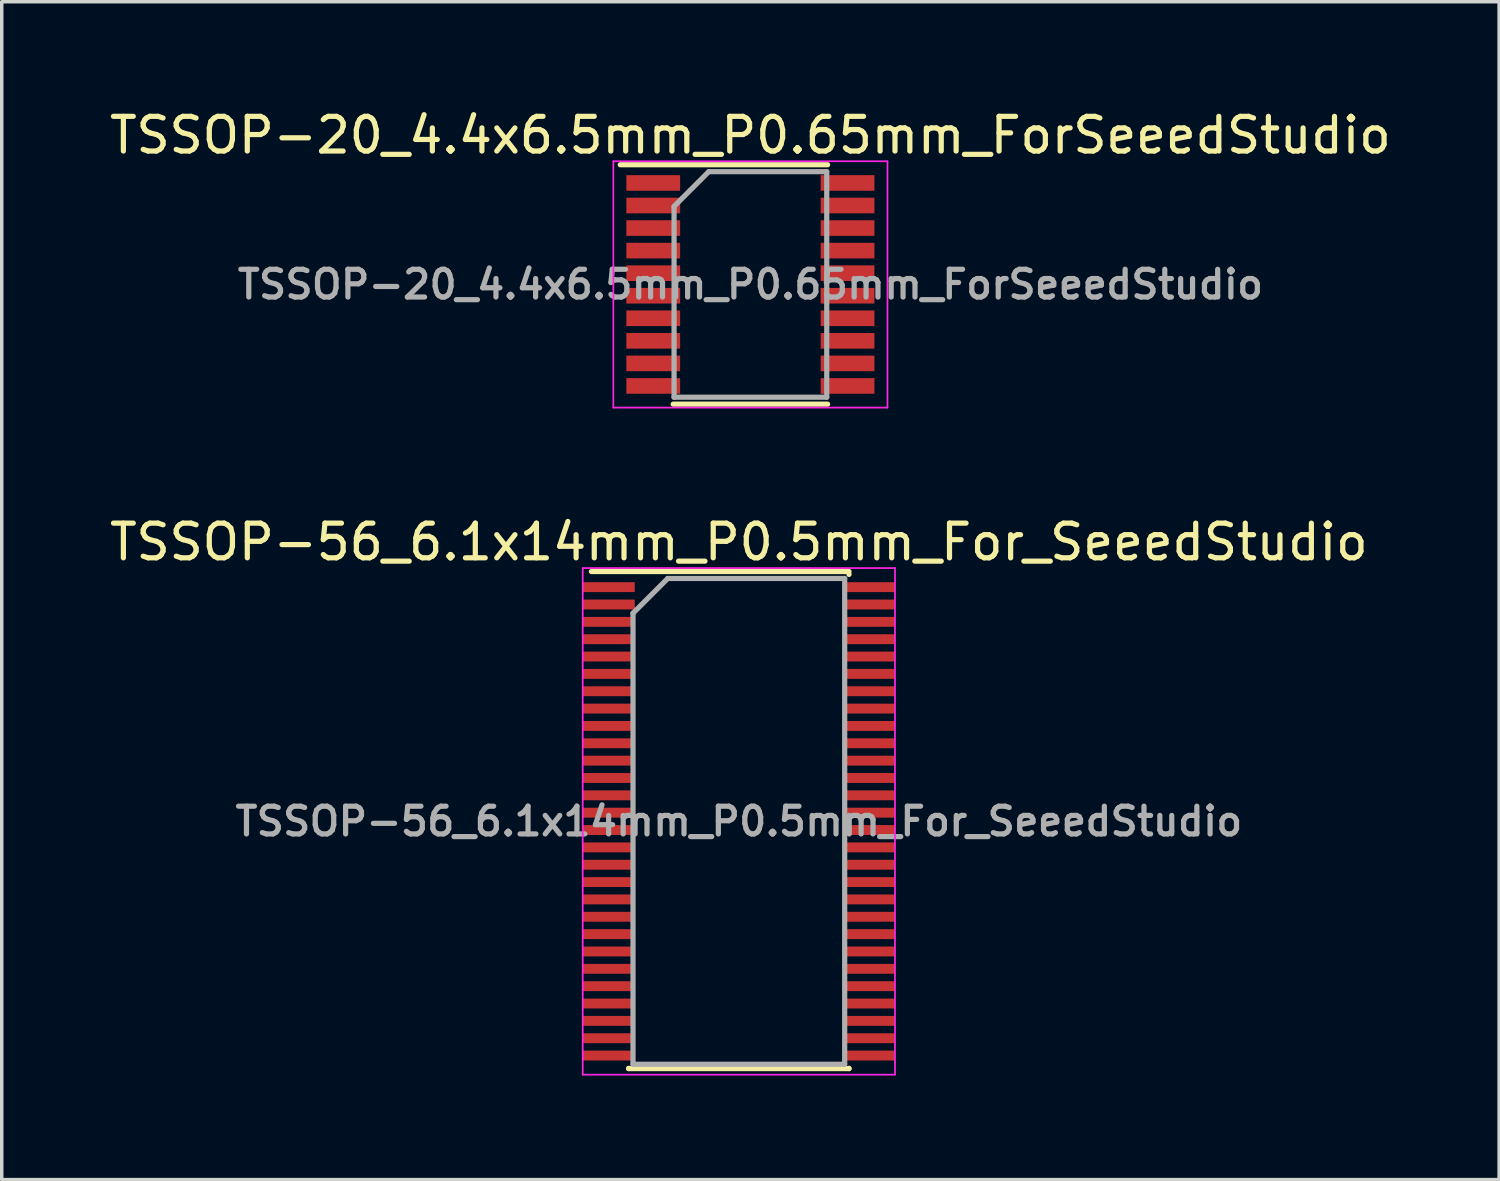
<source format=kicad_pcb>
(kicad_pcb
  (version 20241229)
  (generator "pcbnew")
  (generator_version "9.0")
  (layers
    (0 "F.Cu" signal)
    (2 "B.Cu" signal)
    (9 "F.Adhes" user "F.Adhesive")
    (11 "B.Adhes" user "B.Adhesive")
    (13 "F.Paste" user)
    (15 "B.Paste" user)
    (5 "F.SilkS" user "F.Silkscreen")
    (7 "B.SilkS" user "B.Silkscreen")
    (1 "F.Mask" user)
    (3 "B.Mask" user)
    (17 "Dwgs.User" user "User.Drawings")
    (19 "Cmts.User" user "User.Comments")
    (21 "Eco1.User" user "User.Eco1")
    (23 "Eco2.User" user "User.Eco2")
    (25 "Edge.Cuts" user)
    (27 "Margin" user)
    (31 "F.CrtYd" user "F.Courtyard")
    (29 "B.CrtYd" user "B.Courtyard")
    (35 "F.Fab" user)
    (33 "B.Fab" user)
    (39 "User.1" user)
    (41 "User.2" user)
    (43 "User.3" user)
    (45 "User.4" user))
  (footprint "TSSOP-56_6.1x14mm_P0.5mm_For_SeeedStudio"
    (layer "F.Cu")
    (at 18.244 20.622)
    (property "Reference" "TSSOP-56_6.1x14mm_P0.5mm_For_SeeedStudio" (at 0 -8.05 0) (layer "F.SilkS") (effects (font (size 1 1) (thickness 0.15))))
    (attr smd)
    (fp_line (start -4.25 -7.2) (end 3.175 -7.2) (stroke (width 0.15) (type solid)) (layer "F.SilkS"))
    (fp_line (start -3.175 7.125) (end -3.175 7.117) (stroke (width 0.15) (type solid)) (layer "F.SilkS"))
    (fp_line (start -3.175 7.125) (end 3.175 7.125) (stroke (width 0.15) (type solid)) (layer "F.SilkS"))
    (fp_line (start 3.175 -7.125) (end 3.175 -7.117) (stroke (width 0.15) (type solid)) (layer "F.SilkS"))
    (fp_line (start 3.175 7.125) (end 3.175 7.117) (stroke (width 0.15) (type solid)) (layer "F.SilkS"))
    (fp_line (start -4.5 -7.3) (end -4.5 7.3) (stroke (width 0.05) (type solid)) (layer "F.CrtYd"))
    (fp_line (start -4.5 -7.3) (end 4.5 -7.3) (stroke (width 0.05) (type solid)) (layer "F.CrtYd"))
    (fp_line (start -4.5 7.3) (end 4.5 7.3) (stroke (width 0.05) (type solid)) (layer "F.CrtYd"))
    (fp_line (start 4.5 -7.3) (end 4.5 7.3) (stroke (width 0.05) (type solid)) (layer "F.CrtYd"))
    (fp_line (start -3.05 -6) (end -2.05 -7) (stroke (width 0.15) (type solid)) (layer "F.Fab"))
    (fp_line (start -3.05 7) (end -3.05 -6) (stroke (width 0.15) (type solid)) (layer "F.Fab"))
    (fp_line (start -2.05 -7) (end 3.05 -7) (stroke (width 0.15) (type solid)) (layer "F.Fab"))
    (fp_line (start 3.05 -7) (end 3.05 7) (stroke (width 0.15) (type solid)) (layer "F.Fab"))
    (fp_line (start 3.05 7) (end -3.05 7) (stroke (width 0.15) (type solid)) (layer "F.Fab"))
    (fp_text user "${REFERENCE}" (at 0 0 0) (layer "F.Fab") (effects (font (size 0.8 0.8) (thickness 0.15))))
    (pad "1" smd rect (at -3.75 -6.75) (size 1.5 0.285) (layers "F.Cu" "F.Mask" "F.Paste"))
    (pad "2" smd rect (at -3.75 -6.25) (size 1.5 0.285) (layers "F.Cu" "F.Mask" "F.Paste"))
    (pad "3" smd rect (at -3.75 -5.75) (size 1.5 0.285) (layers "F.Cu" "F.Mask" "F.Paste"))
    (pad "4" smd rect (at -3.75 -5.25) (size 1.5 0.285) (layers "F.Cu" "F.Mask" "F.Paste"))
    (pad "5" smd rect (at -3.75 -4.75) (size 1.5 0.285) (layers "F.Cu" "F.Mask" "F.Paste"))
    (pad "6" smd rect (at -3.75 -4.25) (size 1.5 0.285) (layers "F.Cu" "F.Mask" "F.Paste"))
    (pad "7" smd rect (at -3.75 -3.75) (size 1.5 0.285) (layers "F.Cu" "F.Mask" "F.Paste"))
    (pad "8" smd rect (at -3.75 -3.25) (size 1.5 0.285) (layers "F.Cu" "F.Mask" "F.Paste"))
    (pad "9" smd rect (at -3.75 -2.75) (size 1.5 0.285) (layers "F.Cu" "F.Mask" "F.Paste"))
    (pad "10" smd rect (at -3.75 -2.25) (size 1.5 0.285) (layers "F.Cu" "F.Mask" "F.Paste"))
    (pad "11" smd rect (at -3.75 -1.75) (size 1.5 0.285) (layers "F.Cu" "F.Mask" "F.Paste"))
    (pad "12" smd rect (at -3.75 -1.25) (size 1.5 0.285) (layers "F.Cu" "F.Mask" "F.Paste"))
    (pad "13" smd rect (at -3.75 -0.75) (size 1.5 0.285) (layers "F.Cu" "F.Mask" "F.Paste"))
    (pad "14" smd rect (at -3.75 -0.25) (size 1.5 0.285) (layers "F.Cu" "F.Mask" "F.Paste"))
    (pad "15" smd rect (at -3.75 0.25) (size 1.5 0.285) (layers "F.Cu" "F.Mask" "F.Paste"))
    (pad "16" smd rect (at -3.75 0.75) (size 1.5 0.285) (layers "F.Cu" "F.Mask" "F.Paste"))
    (pad "17" smd rect (at -3.75 1.25) (size 1.5 0.285) (layers "F.Cu" "F.Mask" "F.Paste"))
    (pad "18" smd rect (at -3.75 1.75) (size 1.5 0.285) (layers "F.Cu" "F.Mask" "F.Paste"))
    (pad "19" smd rect (at -3.75 2.25) (size 1.5 0.285) (layers "F.Cu" "F.Mask" "F.Paste"))
    (pad "20" smd rect (at -3.75 2.75) (size 1.5 0.285) (layers "F.Cu" "F.Mask" "F.Paste"))
    (pad "21" smd rect (at -3.75 3.25) (size 1.5 0.285) (layers "F.Cu" "F.Mask" "F.Paste"))
    (pad "22" smd rect (at -3.75 3.75) (size 1.5 0.285) (layers "F.Cu" "F.Mask" "F.Paste"))
    (pad "23" smd rect (at -3.75 4.25) (size 1.5 0.285) (layers "F.Cu" "F.Mask" "F.Paste"))
    (pad "24" smd rect (at -3.75 4.75) (size 1.5 0.285) (layers "F.Cu" "F.Mask" "F.Paste"))
    (pad "25" smd rect (at -3.75 5.25) (size 1.5 0.285) (layers "F.Cu" "F.Mask" "F.Paste"))
    (pad "26" smd rect (at -3.75 5.75) (size 1.5 0.285) (layers "F.Cu" "F.Mask" "F.Paste"))
    (pad "27" smd rect (at -3.75 6.25) (size 1.5 0.285) (layers "F.Cu" "F.Mask" "F.Paste"))
    (pad "28" smd rect (at -3.75 6.75) (size 1.5 0.285) (layers "F.Cu" "F.Mask" "F.Paste"))
    (pad "29" smd rect (at 3.75 6.75) (size 1.5 0.285) (layers "F.Cu" "F.Mask" "F.Paste"))
    (pad "30" smd rect (at 3.75 6.25) (size 1.5 0.285) (layers "F.Cu" "F.Mask" "F.Paste"))
    (pad "31" smd rect (at 3.75 5.75) (size 1.5 0.285) (layers "F.Cu" "F.Mask" "F.Paste"))
    (pad "32" smd rect (at 3.75 5.25) (size 1.5 0.285) (layers "F.Cu" "F.Mask" "F.Paste"))
    (pad "33" smd rect (at 3.75 4.75) (size 1.5 0.285) (layers "F.Cu" "F.Mask" "F.Paste"))
    (pad "34" smd rect (at 3.75 4.25) (size 1.5 0.285) (layers "F.Cu" "F.Mask" "F.Paste"))
    (pad "35" smd rect (at 3.75 3.75) (size 1.5 0.285) (layers "F.Cu" "F.Mask" "F.Paste"))
    (pad "36" smd rect (at 3.75 3.25) (size 1.5 0.285) (layers "F.Cu" "F.Mask" "F.Paste"))
    (pad "37" smd rect (at 3.75 2.75) (size 1.5 0.285) (layers "F.Cu" "F.Mask" "F.Paste"))
    (pad "38" smd rect (at 3.75 2.25) (size 1.5 0.285) (layers "F.Cu" "F.Mask" "F.Paste"))
    (pad "39" smd rect (at 3.75 1.75) (size 1.5 0.285) (layers "F.Cu" "F.Mask" "F.Paste"))
    (pad "40" smd rect (at 3.75 1.25) (size 1.5 0.285) (layers "F.Cu" "F.Mask" "F.Paste"))
    (pad "41" smd rect (at 3.75 0.75) (size 1.5 0.285) (layers "F.Cu" "F.Mask" "F.Paste"))
    (pad "42" smd rect (at 3.75 0.25) (size 1.5 0.285) (layers "F.Cu" "F.Mask" "F.Paste"))
    (pad "43" smd rect (at 3.75 -0.25) (size 1.5 0.285) (layers "F.Cu" "F.Mask" "F.Paste"))
    (pad "44" smd rect (at 3.75 -0.75) (size 1.5 0.285) (layers "F.Cu" "F.Mask" "F.Paste"))
    (pad "45" smd rect (at 3.75 -1.25) (size 1.5 0.285) (layers "F.Cu" "F.Mask" "F.Paste"))
    (pad "46" smd rect (at 3.75 -1.75) (size 1.5 0.285) (layers "F.Cu" "F.Mask" "F.Paste"))
    (pad "47" smd rect (at 3.75 -2.25) (size 1.5 0.285) (layers "F.Cu" "F.Mask" "F.Paste"))
    (pad "48" smd rect (at 3.75 -2.75) (size 1.5 0.285) (layers "F.Cu" "F.Mask" "F.Paste"))
    (pad "49" smd rect (at 3.75 -3.25) (size 1.5 0.285) (layers "F.Cu" "F.Mask" "F.Paste"))
    (pad "50" smd rect (at 3.75 -3.75) (size 1.5 0.285) (layers "F.Cu" "F.Mask" "F.Paste"))
    (pad "51" smd rect (at 3.75 -4.25) (size 1.5 0.285) (layers "F.Cu" "F.Mask" "F.Paste"))
    (pad "52" smd rect (at 3.75 -4.75) (size 1.5 0.285) (layers "F.Cu" "F.Mask" "F.Paste"))
    (pad "53" smd rect (at 3.75 -5.25) (size 1.5 0.285) (layers "F.Cu" "F.Mask" "F.Paste"))
    (pad "54" smd rect (at 3.75 -5.75) (size 1.5 0.285) (layers "F.Cu" "F.Mask" "F.Paste"))
    (pad "55" smd rect (at 3.75 -6.25) (size 1.5 0.285) (layers "F.Cu" "F.Mask" "F.Paste"))
    (pad "56" smd rect (at 3.75 -6.75) (size 1.5 0.285) (layers "F.Cu" "F.Mask" "F.Paste")))
  (footprint "TSSOP-20_4.4x6.5mm_P0.65mm_ForSeeedStudio"
    (layer "F.Cu")
    (at 18.577 5.148)
    (property "Reference" "TSSOP-20_4.4x6.5mm_P0.65mm_ForSeeedStudio" (at 0 -4.3 0) (layer "F.SilkS") (effects (font (size 1 1) (thickness 0.15))))
    (attr smd)
    (fp_line (start -3.75 -3.45) (end 2.225 -3.45) (stroke (width 0.15) (type solid)) (layer "F.SilkS"))
    (fp_line (start -2.225 3.45) (end 2.225 3.45) (stroke (width 0.15) (type solid)) (layer "F.SilkS"))
    (fp_line (start -3.95 -3.55) (end -3.95 3.55) (stroke (width 0.05) (type solid)) (layer "F.CrtYd"))
    (fp_line (start -3.95 -3.55) (end 3.95 -3.55) (stroke (width 0.05) (type solid)) (layer "F.CrtYd"))
    (fp_line (start -3.95 3.55) (end 3.95 3.55) (stroke (width 0.05) (type solid)) (layer "F.CrtYd"))
    (fp_line (start 3.95 -3.55) (end 3.95 3.55) (stroke (width 0.05) (type solid)) (layer "F.CrtYd"))
    (fp_line (start -2.2 -2.25) (end -1.2 -3.25) (stroke (width 0.15) (type solid)) (layer "F.Fab"))
    (fp_line (start -2.2 3.25) (end -2.2 -2.25) (stroke (width 0.15) (type solid)) (layer "F.Fab"))
    (fp_line (start -1.2 -3.25) (end 2.2 -3.25) (stroke (width 0.15) (type solid)) (layer "F.Fab"))
    (fp_line (start 2.2 -3.25) (end 2.2 3.25) (stroke (width 0.15) (type solid)) (layer "F.Fab"))
    (fp_line (start 2.2 3.25) (end -2.2 3.25) (stroke (width 0.15) (type solid)) (layer "F.Fab"))
    (fp_text user "${REFERENCE}" (at 0 0 0) (layer "F.Fab") (effects (font (size 0.8 0.8) (thickness 0.15))))
    (pad "1" smd rect (at -2.8 -2.925) (size 1.55 0.45) (layers "F.Cu" "F.Mask" "F.Paste"))
    (pad "2" smd rect (at -2.8 -2.275) (size 1.55 0.45) (layers "F.Cu" "F.Mask" "F.Paste"))
    (pad "3" smd rect (at -2.8 -1.625) (size 1.55 0.45) (layers "F.Cu" "F.Mask" "F.Paste"))
    (pad "4" smd rect (at -2.8 -0.975) (size 1.55 0.45) (layers "F.Cu" "F.Mask" "F.Paste"))
    (pad "5" smd rect (at -2.8 -0.325) (size 1.55 0.45) (layers "F.Cu" "F.Mask" "F.Paste"))
    (pad "6" smd rect (at -2.8 0.325) (size 1.55 0.45) (layers "F.Cu" "F.Mask" "F.Paste"))
    (pad "7" smd rect (at -2.8 0.975) (size 1.55 0.45) (layers "F.Cu" "F.Mask" "F.Paste"))
    (pad "8" smd rect (at -2.8 1.625) (size 1.55 0.45) (layers "F.Cu" "F.Mask" "F.Paste"))
    (pad "9" smd rect (at -2.8 2.275) (size 1.55 0.45) (layers "F.Cu" "F.Mask" "F.Paste"))
    (pad "10" smd rect (at -2.8 2.925) (size 1.55 0.45) (layers "F.Cu" "F.Mask" "F.Paste"))
    (pad "11" smd rect (at 2.8 2.925) (size 1.55 0.45) (layers "F.Cu" "F.Mask" "F.Paste"))
    (pad "12" smd rect (at 2.8 2.275) (size 1.55 0.45) (layers "F.Cu" "F.Mask" "F.Paste"))
    (pad "13" smd rect (at 2.8 1.625) (size 1.55 0.45) (layers "F.Cu" "F.Mask" "F.Paste"))
    (pad "14" smd rect (at 2.8 0.975) (size 1.55 0.45) (layers "F.Cu" "F.Mask" "F.Paste"))
    (pad "15" smd rect (at 2.8 0.325) (size 1.55 0.45) (layers "F.Cu" "F.Mask" "F.Paste"))
    (pad "16" smd rect (at 2.8 -0.325) (size 1.55 0.45) (layers "F.Cu" "F.Mask" "F.Paste"))
    (pad "17" smd rect (at 2.8 -0.975) (size 1.55 0.45) (layers "F.Cu" "F.Mask" "F.Paste"))
    (pad "18" smd rect (at 2.8 -1.625) (size 1.55 0.45) (layers "F.Cu" "F.Mask" "F.Paste"))
    (pad "19" smd rect (at 2.8 -2.275) (size 1.55 0.45) (layers "F.Cu" "F.Mask" "F.Paste"))
    (pad "20" smd rect (at 2.8 -2.925) (size 1.55 0.45) (layers "F.Cu" "F.Mask" "F.Paste")))
  (gr_rect
    (start -3 -3)
    (end 40.155 30.947)
    (stroke (width 0.1) (type default))
    (fill no)
    (layer "Edge.Cuts")))
</source>
